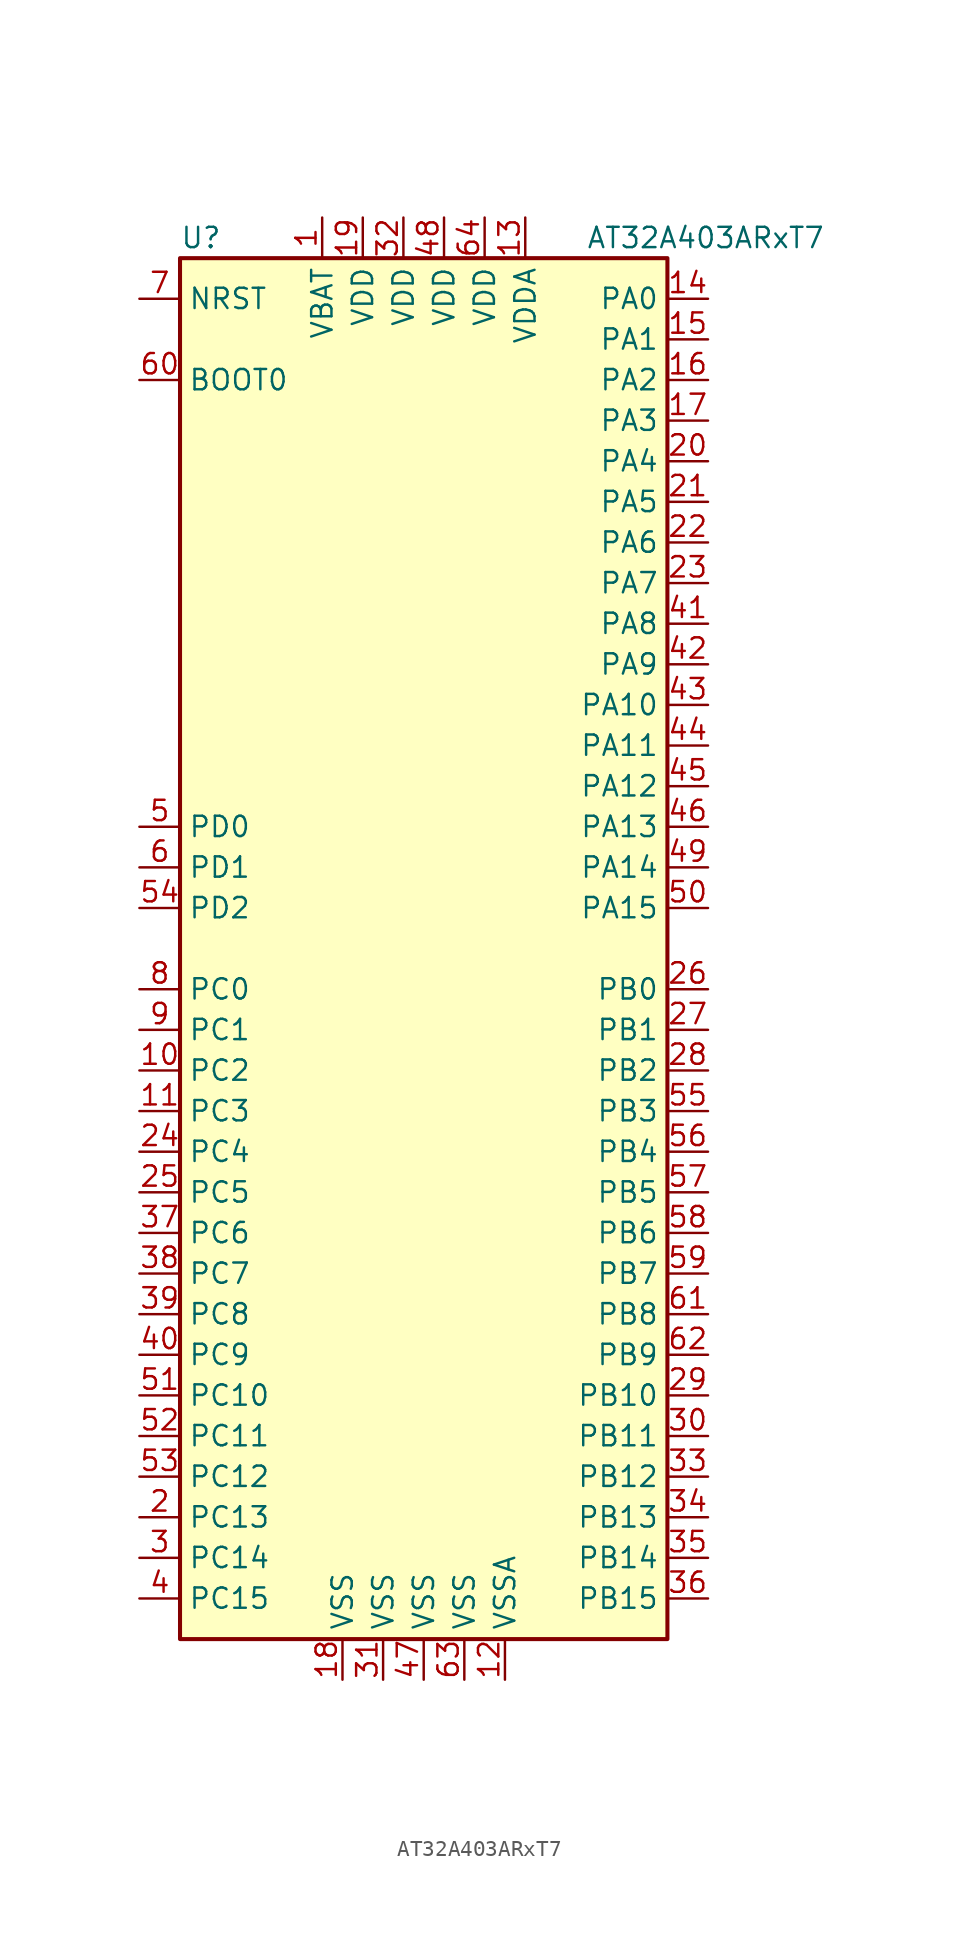
<source format=kicad_sym>
(kicad_symbol_lib
  (version 20220331)
  (generator kicad_symbol_editor)
  (symbol "AT32A403ARxT7"
    (property "Reference" "U"
      (at -15.24 44.45 0)
      (effects (font (size 1.27 1.27)) (justify left)))
    (property "Value" "AT32A403ARxT7"
      (at 10.16 44.45 0)
      (effects (font (size 1.27 1.27)) (justify left)))
    (symbol "AT32A403ARxT7_0_1"
      (rectangle (start -15.24 -43.18) (end 15.24 43.18) (stroke (width 0.254) (type default)) (fill (type background))))
    (symbol "AT32A403ARxT7_1_1"
      (pin power_in line (at -6.35 45.72 270) (length 2.54) (name "VBAT" (effects (font (size 1.27 1.27)))) (number "1" (effects (font (size 1.27 1.27)))))
      (pin bidirectional line (at -17.78 -7.62 0) (length 2.54) (name "PC2" (effects (font (size 1.27 1.27)))) (number "10" (effects (font (size 1.27 1.27)))))
      (pin bidirectional line (at -17.78 -10.16 0) (length 2.54) (name "PC3" (effects (font (size 1.27 1.27)))) (number "11" (effects (font (size 1.27 1.27)))))
      (pin power_in line (at 5.08 -45.72 90) (length 2.54) (name "VSSA" (effects (font (size 1.27 1.27)))) (number "12" (effects (font (size 1.27 1.27)))))
      (pin power_in line (at 6.35 45.72 270) (length 2.54) (name "VDDA" (effects (font (size 1.27 1.27)))) (number "13" (effects (font (size 1.27 1.27)))))
      (pin bidirectional line (at 17.78 40.64 180) (length 2.54) (name "PA0" (effects (font (size 1.27 1.27)))) (number "14" (effects (font (size 1.27 1.27)))))
      (pin bidirectional line (at 17.78 38.1 180) (length 2.54) (name "PA1" (effects (font (size 1.27 1.27)))) (number "15" (effects (font (size 1.27 1.27)))))
      (pin bidirectional line (at 17.78 35.56 180) (length 2.54) (name "PA2" (effects (font (size 1.27 1.27)))) (number "16" (effects (font (size 1.27 1.27)))))
      (pin bidirectional line (at 17.78 33.02 180) (length 2.54) (name "PA3" (effects (font (size 1.27 1.27)))) (number "17" (effects (font (size 1.27 1.27)))))
      (pin power_in line (at -5.08 -45.72 90) (length 2.54) (name "VSS" (effects (font (size 1.27 1.27)))) (number "18" (effects (font (size 1.27 1.27)))))
      (pin power_in line (at -3.81 45.72 270) (length 2.54) (name "VDD" (effects (font (size 1.27 1.27)))) (number "19" (effects (font (size 1.27 1.27)))))
      (pin bidirectional line (at -17.78 -35.56 0) (length 2.54) (name "PC13" (effects (font (size 1.27 1.27)))) (number "2" (effects (font (size 1.27 1.27)))))
      (pin bidirectional line (at 17.78 30.48 180) (length 2.54) (name "PA4" (effects (font (size 1.27 1.27)))) (number "20" (effects (font (size 1.27 1.27)))))
      (pin bidirectional line (at 17.78 27.94 180) (length 2.54) (name "PA5" (effects (font (size 1.27 1.27)))) (number "21" (effects (font (size 1.27 1.27)))))
      (pin bidirectional line (at 17.78 25.4 180) (length 2.54) (name "PA6" (effects (font (size 1.27 1.27)))) (number "22" (effects (font (size 1.27 1.27)))))
      (pin bidirectional line (at 17.78 22.86 180) (length 2.54) (name "PA7" (effects (font (size 1.27 1.27)))) (number "23" (effects (font (size 1.27 1.27)))))
      (pin bidirectional line (at -17.78 -12.7 0) (length 2.54) (name "PC4" (effects (font (size 1.27 1.27)))) (number "24" (effects (font (size 1.27 1.27)))))
      (pin bidirectional line (at -17.78 -15.24 0) (length 2.54) (name "PC5" (effects (font (size 1.27 1.27)))) (number "25" (effects (font (size 1.27 1.27)))))
      (pin bidirectional line (at 17.78 -2.54 180) (length 2.54) (name "PB0" (effects (font (size 1.27 1.27)))) (number "26" (effects (font (size 1.27 1.27)))))
      (pin bidirectional line (at 17.78 -5.08 180) (length 2.54) (name "PB1" (effects (font (size 1.27 1.27)))) (number "27" (effects (font (size 1.27 1.27)))))
      (pin bidirectional line (at 17.78 -7.62 180) (length 2.54) (name "PB2" (effects (font (size 1.27 1.27)))) (number "28" (effects (font (size 1.27 1.27)))))
      (pin bidirectional line (at 17.78 -27.94 180) (length 2.54) (name "PB10" (effects (font (size 1.27 1.27)))) (number "29" (effects (font (size 1.27 1.27)))))
      (pin bidirectional line (at -17.78 -38.1 0) (length 2.54) (name "PC14" (effects (font (size 1.27 1.27)))) (number "3" (effects (font (size 1.27 1.27)))))
      (pin bidirectional line (at 17.78 -30.48 180) (length 2.54) (name "PB11" (effects (font (size 1.27 1.27)))) (number "30" (effects (font (size 1.27 1.27)))))
      (pin power_in line (at -2.54 -45.72 90) (length 2.54) (name "VSS" (effects (font (size 1.27 1.27)))) (number "31" (effects (font (size 1.27 1.27)))))
      (pin power_in line (at -1.27 45.72 270) (length 2.54) (name "VDD" (effects (font (size 1.27 1.27)))) (number "32" (effects (font (size 1.27 1.27)))))
      (pin bidirectional line (at 17.78 -33.02 180) (length 2.54) (name "PB12" (effects (font (size 1.27 1.27)))) (number "33" (effects (font (size 1.27 1.27)))))
      (pin bidirectional line (at 17.78 -35.56 180) (length 2.54) (name "PB13" (effects (font (size 1.27 1.27)))) (number "34" (effects (font (size 1.27 1.27)))))
      (pin bidirectional line (at 17.78 -38.1 180) (length 2.54) (name "PB14" (effects (font (size 1.27 1.27)))) (number "35" (effects (font (size 1.27 1.27)))))
      (pin bidirectional line (at 17.78 -40.64 180) (length 2.54) (name "PB15" (effects (font (size 1.27 1.27)))) (number "36" (effects (font (size 1.27 1.27)))))
      (pin bidirectional line (at -17.78 -17.78 0) (length 2.54) (name "PC6" (effects (font (size 1.27 1.27)))) (number "37" (effects (font (size 1.27 1.27)))))
      (pin bidirectional line (at -17.78 -20.32 0) (length 2.54) (name "PC7" (effects (font (size 1.27 1.27)))) (number "38" (effects (font (size 1.27 1.27)))))
      (pin bidirectional line (at -17.78 -22.86 0) (length 2.54) (name "PC8" (effects (font (size 1.27 1.27)))) (number "39" (effects (font (size 1.27 1.27)))))
      (pin bidirectional line (at -17.78 -40.64 0) (length 2.54) (name "PC15" (effects (font (size 1.27 1.27)))) (number "4" (effects (font (size 1.27 1.27)))))
      (pin bidirectional line (at -17.78 -25.4 0) (length 2.54) (name "PC9" (effects (font (size 1.27 1.27)))) (number "40" (effects (font (size 1.27 1.27)))))
      (pin bidirectional line (at 17.78 20.32 180) (length 2.54) (name "PA8" (effects (font (size 1.27 1.27)))) (number "41" (effects (font (size 1.27 1.27)))))
      (pin bidirectional line (at 17.78 17.78 180) (length 2.54) (name "PA9" (effects (font (size 1.27 1.27)))) (number "42" (effects (font (size 1.27 1.27)))))
      (pin bidirectional line (at 17.78 15.24 180) (length 2.54) (name "PA10" (effects (font (size 1.27 1.27)))) (number "43" (effects (font (size 1.27 1.27)))))
      (pin bidirectional line (at 17.78 12.7 180) (length 2.54) (name "PA11" (effects (font (size 1.27 1.27)))) (number "44" (effects (font (size 1.27 1.27)))))
      (pin bidirectional line (at 17.78 10.16 180) (length 2.54) (name "PA12" (effects (font (size 1.27 1.27)))) (number "45" (effects (font (size 1.27 1.27)))))
      (pin bidirectional line (at 17.78 7.62 180) (length 2.54) (name "PA13" (effects (font (size 1.27 1.27)))) (number "46" (effects (font (size 1.27 1.27)))))
      (pin power_in line (at 0 -45.72 90) (length 2.54) (name "VSS" (effects (font (size 1.27 1.27)))) (number "47" (effects (font (size 1.27 1.27)))))
      (pin power_in line (at 1.27 45.72 270) (length 2.54) (name "VDD" (effects (font (size 1.27 1.27)))) (number "48" (effects (font (size 1.27 1.27)))))
      (pin bidirectional line (at 17.78 5.08 180) (length 2.54) (name "PA14" (effects (font (size 1.27 1.27)))) (number "49" (effects (font (size 1.27 1.27)))))
      (pin input line (at -17.78 7.62 0) (length 2.54) (name "PD0" (effects (font (size 1.27 1.27)))) (number "5" (effects (font (size 1.27 1.27)))))
      (pin bidirectional line (at 17.78 2.54 180) (length 2.54) (name "PA15" (effects (font (size 1.27 1.27)))) (number "50" (effects (font (size 1.27 1.27)))))
      (pin bidirectional line (at -17.78 -27.94 0) (length 2.54) (name "PC10" (effects (font (size 1.27 1.27)))) (number "51" (effects (font (size 1.27 1.27)))))
      (pin bidirectional line (at -17.78 -30.48 0) (length 2.54) (name "PC11" (effects (font (size 1.27 1.27)))) (number "52" (effects (font (size 1.27 1.27)))))
      (pin bidirectional line (at -17.78 -33.02 0) (length 2.54) (name "PC12" (effects (font (size 1.27 1.27)))) (number "53" (effects (font (size 1.27 1.27)))))
      (pin bidirectional line (at -17.78 2.54 0) (length 2.54) (name "PD2" (effects (font (size 1.27 1.27)))) (number "54" (effects (font (size 1.27 1.27)))))
      (pin bidirectional line (at 17.78 -10.16 180) (length 2.54) (name "PB3" (effects (font (size 1.27 1.27)))) (number "55" (effects (font (size 1.27 1.27)))))
      (pin bidirectional line (at 17.78 -12.7 180) (length 2.54) (name "PB4" (effects (font (size 1.27 1.27)))) (number "56" (effects (font (size 1.27 1.27)))))
      (pin bidirectional line (at 17.78 -15.24 180) (length 2.54) (name "PB5" (effects (font (size 1.27 1.27)))) (number "57" (effects (font (size 1.27 1.27)))))
      (pin bidirectional line (at 17.78 -17.78 180) (length 2.54) (name "PB6" (effects (font (size 1.27 1.27)))) (number "58" (effects (font (size 1.27 1.27)))))
      (pin bidirectional line (at 17.78 -20.32 180) (length 2.54) (name "PB7" (effects (font (size 1.27 1.27)))) (number "59" (effects (font (size 1.27 1.27)))))
      (pin input line (at -17.78 5.08 0) (length 2.54) (name "PD1" (effects (font (size 1.27 1.27)))) (number "6" (effects (font (size 1.27 1.27)))))
      (pin input line (at -17.78 35.56 0) (length 2.54) (name "BOOT0" (effects (font (size 1.27 1.27)))) (number "60" (effects (font (size 1.27 1.27)))))
      (pin bidirectional line (at 17.78 -22.86 180) (length 2.54) (name "PB8" (effects (font (size 1.27 1.27)))) (number "61" (effects (font (size 1.27 1.27)))))
      (pin bidirectional line (at 17.78 -25.4 180) (length 2.54) (name "PB9" (effects (font (size 1.27 1.27)))) (number "62" (effects (font (size 1.27 1.27)))))
      (pin power_in line (at 2.54 -45.72 90) (length 2.54) (name "VSS" (effects (font (size 1.27 1.27)))) (number "63" (effects (font (size 1.27 1.27)))))
      (pin power_in line (at 3.81 45.72 270) (length 2.54) (name "VDD" (effects (font (size 1.27 1.27)))) (number "64" (effects (font (size 1.27 1.27)))))
      (pin input line (at -17.78 40.64 0) (length 2.54) (name "NRST" (effects (font (size 1.27 1.27)))) (number "7" (effects (font (size 1.27 1.27)))))
      (pin bidirectional line (at -17.78 -2.54 0) (length 2.54) (name "PC0" (effects (font (size 1.27 1.27)))) (number "8" (effects (font (size 1.27 1.27)))))
      (pin bidirectional line (at -17.78 -5.08 0) (length 2.54) (name "PC1" (effects (font (size 1.27 1.27)))) (number "9" (effects (font (size 1.27 1.27))))))))
</source>
